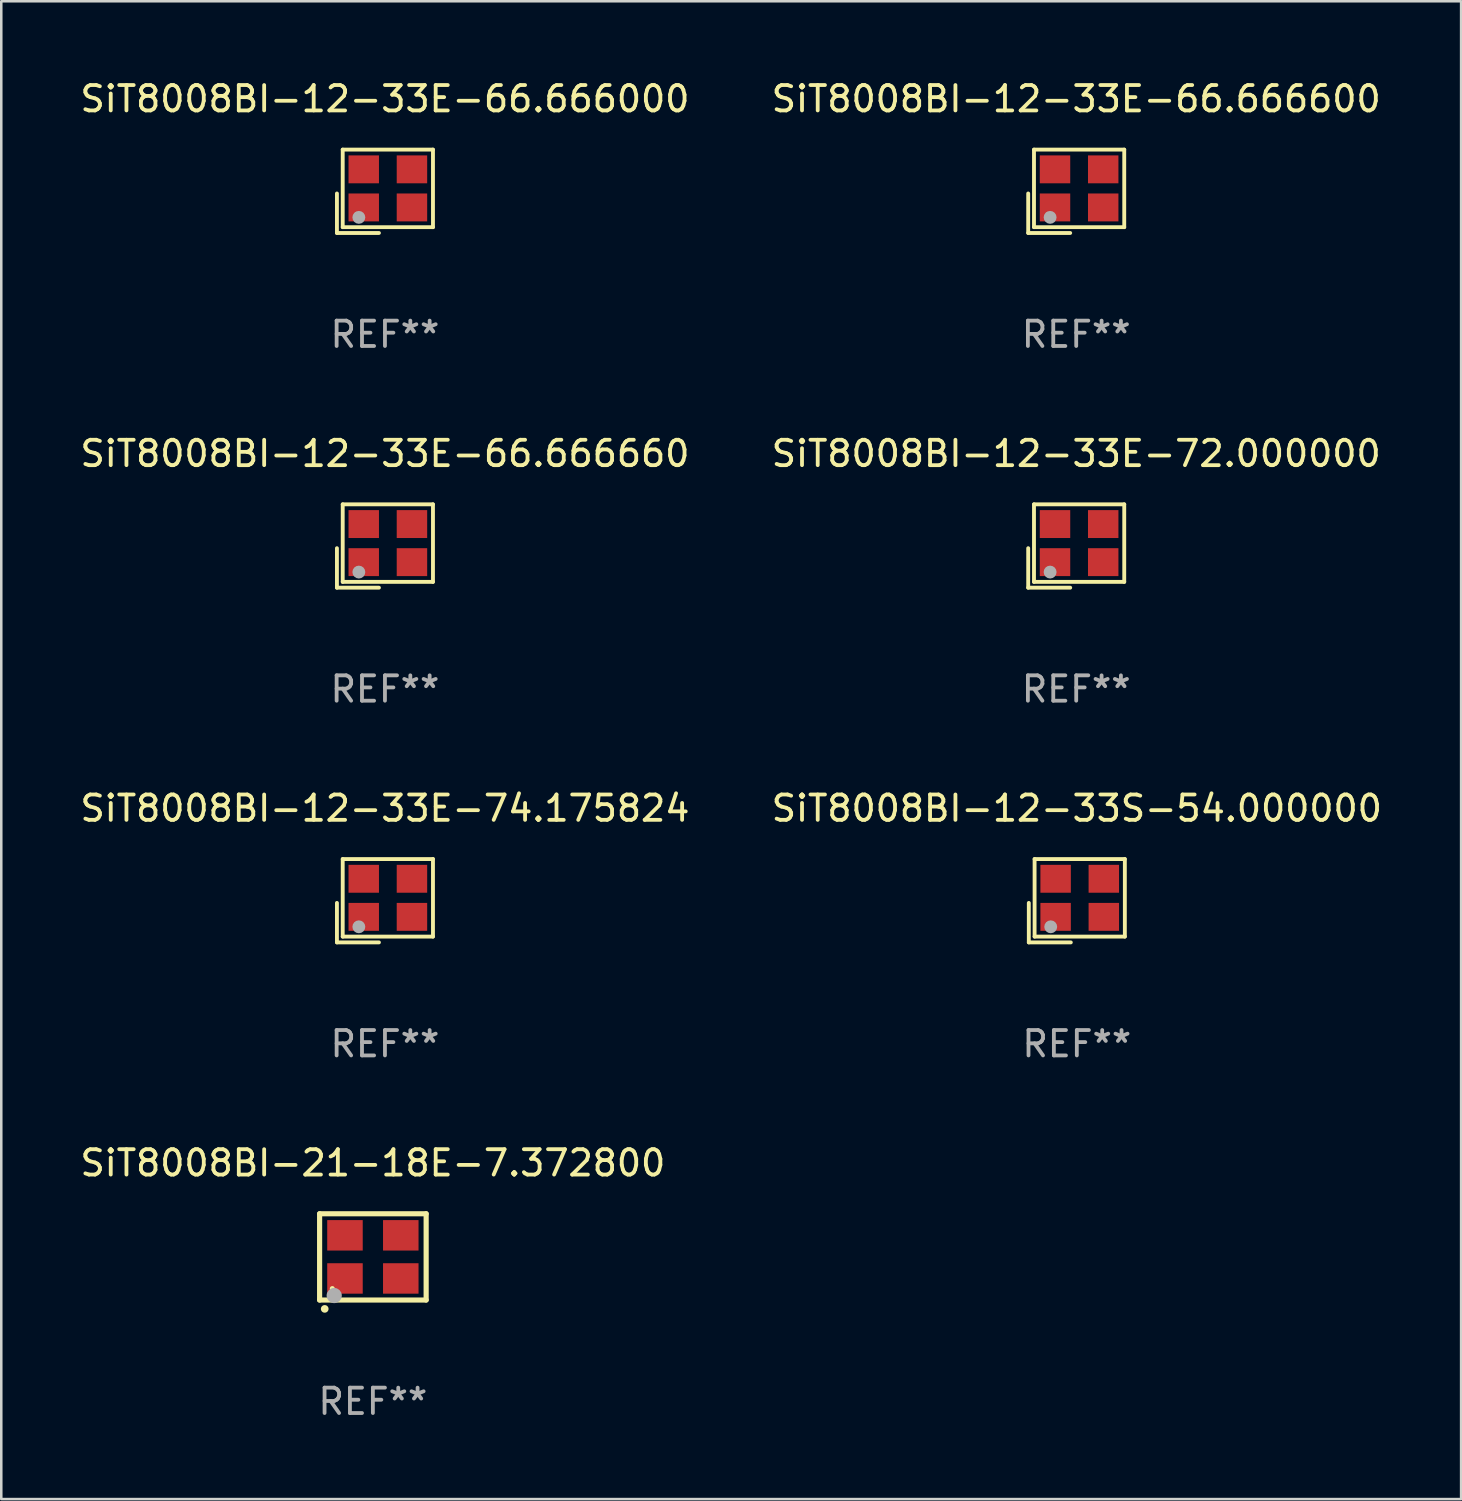
<source format=kicad_pcb>
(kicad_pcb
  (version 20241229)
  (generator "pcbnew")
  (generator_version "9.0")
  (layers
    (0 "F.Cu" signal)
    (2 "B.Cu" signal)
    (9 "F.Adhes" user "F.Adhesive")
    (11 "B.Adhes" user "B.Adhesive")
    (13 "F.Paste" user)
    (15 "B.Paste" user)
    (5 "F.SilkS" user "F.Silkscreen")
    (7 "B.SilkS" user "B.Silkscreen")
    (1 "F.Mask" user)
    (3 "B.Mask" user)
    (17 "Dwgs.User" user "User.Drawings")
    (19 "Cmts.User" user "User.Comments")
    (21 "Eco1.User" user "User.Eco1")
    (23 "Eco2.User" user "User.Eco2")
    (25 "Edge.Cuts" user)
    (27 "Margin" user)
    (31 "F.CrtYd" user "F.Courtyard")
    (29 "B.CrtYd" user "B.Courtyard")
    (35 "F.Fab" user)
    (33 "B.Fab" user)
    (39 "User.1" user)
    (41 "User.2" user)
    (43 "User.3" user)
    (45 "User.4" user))
  (footprint "SiT8008BI-12-33E-74.175824"
    (layer "F.Cu")
    (at 12.125 32.457)
    (property "Reference" "SiT8008BI-12-33E-74.175824" (at 0 -3.643 0) (layer "F.SilkS") (effects (font (size 1 1) (thickness 0.15))))
    (attr through_hole)
    (fp_line (start -1.893 0.086) (end -1.893 1.643) (stroke (width 0.152) (type solid)) (layer "F.SilkS"))
    (fp_line (start -1.893 1.643) (end -0.237 1.643) (stroke (width 0.152) (type solid)) (layer "F.SilkS"))
    (fp_line (start -1.665 -1.643) (end 1.893 -1.643) (stroke (width 0.152) (type solid)) (layer "F.SilkS"))
    (fp_line (start -1.665 1.414) (end -1.665 -1.643) (stroke (width 0.152) (type solid)) (layer "F.SilkS"))
    (fp_line (start 1.893 -1.643) (end 1.893 1.414) (stroke (width 0.152) (type solid)) (layer "F.SilkS"))
    (fp_line (start 1.893 1.414) (end -1.665 1.414) (stroke (width 0.152) (type solid)) (layer "F.SilkS"))
    (fp_circle (center -1.136 0.885) (end -1.106 0.885) (stroke (width 0.06) (type solid)) (fill no) (layer "F.SilkS"))
    (fp_circle (center -1.029 1.028) (end -0.902 1.028) (stroke (width 0.254) (type solid)) (fill no) (layer "F.Fab"))
    (fp_text user "REF**" (at 0 5.643 0) (layer "F.Fab") (effects (font (size 1 1) (thickness 0.15))))
    (pad "1" smd rect (at -0.836 0.636) (size 1.2 1.1) (layers "F.Cu" "F.Mask" "F.Paste"))
    (pad "2" smd rect (at 1.064 0.636) (size 1.2 1.1) (layers "F.Cu" "F.Mask" "F.Paste"))
    (pad "3" smd rect (at 1.064 -0.865) (size 1.2 1.1) (layers "F.Cu" "F.Mask" "F.Paste"))
    (pad "4" smd rect (at -0.836 -0.865) (size 1.2 1.1) (layers "F.Cu" "F.Mask" "F.Paste")))
  (footprint "SiT8008BI-12-33E-72.000000"
    (layer "F.Cu")
    (at 39.375 18.474)
    (property "Reference" "SiT8008BI-12-33E-72.000000" (at 0 -3.643 0) (layer "F.SilkS") (effects (font (size 1 1) (thickness 0.15))))
    (attr through_hole)
    (fp_line (start -1.893 0.086) (end -1.893 1.643) (stroke (width 0.152) (type solid)) (layer "F.SilkS"))
    (fp_line (start -1.893 1.643) (end -0.237 1.643) (stroke (width 0.152) (type solid)) (layer "F.SilkS"))
    (fp_line (start -1.665 -1.643) (end 1.893 -1.643) (stroke (width 0.152) (type solid)) (layer "F.SilkS"))
    (fp_line (start -1.665 1.414) (end -1.665 -1.643) (stroke (width 0.152) (type solid)) (layer "F.SilkS"))
    (fp_line (start 1.893 -1.643) (end 1.893 1.414) (stroke (width 0.152) (type solid)) (layer "F.SilkS"))
    (fp_line (start 1.893 1.414) (end -1.665 1.414) (stroke (width 0.152) (type solid)) (layer "F.SilkS"))
    (fp_circle (center -1.136 0.885) (end -1.106 0.885) (stroke (width 0.06) (type solid)) (fill no) (layer "F.SilkS"))
    (fp_circle (center -1.029 1.028) (end -0.902 1.028) (stroke (width 0.254) (type solid)) (fill no) (layer "F.Fab"))
    (fp_text user "REF**" (at 0 5.643 0) (layer "F.Fab") (effects (font (size 1 1) (thickness 0.15))))
    (pad "1" smd rect (at -0.836 0.636) (size 1.2 1.1) (layers "F.Cu" "F.Mask" "F.Paste"))
    (pad "2" smd rect (at 1.064 0.636) (size 1.2 1.1) (layers "F.Cu" "F.Mask" "F.Paste"))
    (pad "3" smd rect (at 1.064 -0.865) (size 1.2 1.1) (layers "F.Cu" "F.Mask" "F.Paste"))
    (pad "4" smd rect (at -0.836 -0.865) (size 1.2 1.1) (layers "F.Cu" "F.Mask" "F.Paste")))
  (footprint "SiT8008BI-21-18E-7.372800"
    (layer "F.Cu")
    (at 11.649 46.497)
    (property "Reference" "SiT8008BI-21-18E-7.372800" (at 0 -3.7 0) (layer "F.SilkS") (effects (font (size 1 1) (thickness 0.15))))
    (attr through_hole)
    (fp_line (start -2.1 -1.7) (end -2.1 1.7) (stroke (width 0.203) (type solid)) (layer "F.SilkS"))
    (fp_line (start -2.1 1.7) (end 2.1 1.7) (stroke (width 0.203) (type solid)) (layer "F.SilkS"))
    (fp_line (start 2.1 -1.7) (end -2.1 -1.7) (stroke (width 0.203) (type solid)) (layer "F.SilkS"))
    (fp_line (start 2.1 1.7) (end 2.1 -1.7) (stroke (width 0.203) (type solid)) (layer "F.SilkS"))
    (fp_arc (start -1.899924 2.049784) (mid -1.898654 2.049779) (end -1.897384 2.049784) (stroke (width 0.3) (type solid)) (layer "F.SilkS"))
    (fp_circle (center -1.6 1.25) (end -1.55 1.25) (stroke (width 0.1) (type solid)) (fill no) (layer "F.SilkS"))
    (fp_circle (center -1.524 1.524) (end -1.374 1.524) (stroke (width 0.3) (type solid)) (fill no) (layer "F.Fab"))
    (fp_text user "REF**" (at 0 5.7 0) (layer "F.Fab") (effects (font (size 1 1) (thickness 0.15))))
    (pad "1" smd rect (at -1.1 0.85) (size 1.4 1.2) (layers "F.Cu" "F.Mask" "F.Paste"))
    (pad "2" smd rect (at 1.1 0.85) (size 1.4 1.2) (layers "F.Cu" "F.Mask" "F.Paste"))
    (pad "3" smd rect (at 1.1 -0.85) (size 1.4 1.2) (layers "F.Cu" "F.Mask" "F.Paste"))
    (pad "4" smd rect (at -1.1 -0.85) (size 1.4 1.2) (layers "F.Cu" "F.Mask" "F.Paste")))
  (footprint "SiT8008BI-12-33E-66.666000"
    (layer "F.Cu")
    (at 12.125 4.491)
    (property "Reference" "SiT8008BI-12-33E-66.666000" (at 0 -3.643 0) (layer "F.SilkS") (effects (font (size 1 1) (thickness 0.15))))
    (attr through_hole)
    (fp_line (start -1.893 0.086) (end -1.893 1.643) (stroke (width 0.152) (type solid)) (layer "F.SilkS"))
    (fp_line (start -1.893 1.643) (end -0.237 1.643) (stroke (width 0.152) (type solid)) (layer "F.SilkS"))
    (fp_line (start -1.665 -1.643) (end 1.893 -1.643) (stroke (width 0.152) (type solid)) (layer "F.SilkS"))
    (fp_line (start -1.665 1.414) (end -1.665 -1.643) (stroke (width 0.152) (type solid)) (layer "F.SilkS"))
    (fp_line (start 1.893 -1.643) (end 1.893 1.414) (stroke (width 0.152) (type solid)) (layer "F.SilkS"))
    (fp_line (start 1.893 1.414) (end -1.665 1.414) (stroke (width 0.152) (type solid)) (layer "F.SilkS"))
    (fp_circle (center -1.136 0.885) (end -1.106 0.885) (stroke (width 0.06) (type solid)) (fill no) (layer "F.SilkS"))
    (fp_circle (center -1.029 1.028) (end -0.902 1.028) (stroke (width 0.254) (type solid)) (fill no) (layer "F.Fab"))
    (fp_text user "REF**" (at 0 5.643 0) (layer "F.Fab") (effects (font (size 1 1) (thickness 0.15))))
    (pad "1" smd rect (at -0.836 0.636) (size 1.2 1.1) (layers "F.Cu" "F.Mask" "F.Paste"))
    (pad "2" smd rect (at 1.064 0.636) (size 1.2 1.1) (layers "F.Cu" "F.Mask" "F.Paste"))
    (pad "3" smd rect (at 1.064 -0.865) (size 1.2 1.1) (layers "F.Cu" "F.Mask" "F.Paste"))
    (pad "4" smd rect (at -0.836 -0.865) (size 1.2 1.1) (layers "F.Cu" "F.Mask" "F.Paste")))
  (footprint "SiT8008BI-12-33E-66.666600"
    (layer "F.Cu")
    (at 39.375 4.491)
    (property "Reference" "SiT8008BI-12-33E-66.666600" (at 0 -3.643 0) (layer "F.SilkS") (effects (font (size 1 1) (thickness 0.15))))
    (attr through_hole)
    (fp_line (start -1.893 0.086) (end -1.893 1.643) (stroke (width 0.152) (type solid)) (layer "F.SilkS"))
    (fp_line (start -1.893 1.643) (end -0.237 1.643) (stroke (width 0.152) (type solid)) (layer "F.SilkS"))
    (fp_line (start -1.665 -1.643) (end 1.893 -1.643) (stroke (width 0.152) (type solid)) (layer "F.SilkS"))
    (fp_line (start -1.665 1.414) (end -1.665 -1.643) (stroke (width 0.152) (type solid)) (layer "F.SilkS"))
    (fp_line (start 1.893 -1.643) (end 1.893 1.414) (stroke (width 0.152) (type solid)) (layer "F.SilkS"))
    (fp_line (start 1.893 1.414) (end -1.665 1.414) (stroke (width 0.152) (type solid)) (layer "F.SilkS"))
    (fp_circle (center -1.136 0.885) (end -1.106 0.885) (stroke (width 0.06) (type solid)) (fill no) (layer "F.SilkS"))
    (fp_circle (center -1.029 1.028) (end -0.902 1.028) (stroke (width 0.254) (type solid)) (fill no) (layer "F.Fab"))
    (fp_text user "REF**" (at 0 5.643 0) (layer "F.Fab") (effects (font (size 1 1) (thickness 0.15))))
    (pad "1" smd rect (at -0.836 0.636) (size 1.2 1.1) (layers "F.Cu" "F.Mask" "F.Paste"))
    (pad "2" smd rect (at 1.064 0.636) (size 1.2 1.1) (layers "F.Cu" "F.Mask" "F.Paste"))
    (pad "3" smd rect (at 1.064 -0.865) (size 1.2 1.1) (layers "F.Cu" "F.Mask" "F.Paste"))
    (pad "4" smd rect (at -0.836 -0.865) (size 1.2 1.1) (layers "F.Cu" "F.Mask" "F.Paste")))
  (footprint "SiT8008BI-12-33S-54.000000"
    (layer "F.Cu")
    (at 39.399 32.457)
    (property "Reference" "SiT8008BI-12-33S-54.000000" (at 0 -3.643 0) (layer "F.SilkS") (effects (font (size 1 1) (thickness 0.15))))
    (attr through_hole)
    (fp_line (start -1.893 0.086) (end -1.893 1.643) (stroke (width 0.152) (type solid)) (layer "F.SilkS"))
    (fp_line (start -1.893 1.643) (end -0.237 1.643) (stroke (width 0.152) (type solid)) (layer "F.SilkS"))
    (fp_line (start -1.665 -1.643) (end 1.893 -1.643) (stroke (width 0.152) (type solid)) (layer "F.SilkS"))
    (fp_line (start -1.665 1.414) (end -1.665 -1.643) (stroke (width 0.152) (type solid)) (layer "F.SilkS"))
    (fp_line (start 1.893 -1.643) (end 1.893 1.414) (stroke (width 0.152) (type solid)) (layer "F.SilkS"))
    (fp_line (start 1.893 1.414) (end -1.665 1.414) (stroke (width 0.152) (type solid)) (layer "F.SilkS"))
    (fp_circle (center -1.136 0.885) (end -1.106 0.885) (stroke (width 0.06) (type solid)) (fill no) (layer "F.SilkS"))
    (fp_circle (center -1.029 1.028) (end -0.902 1.028) (stroke (width 0.254) (type solid)) (fill no) (layer "F.Fab"))
    (fp_text user "REF**" (at 0 5.643 0) (layer "F.Fab") (effects (font (size 1 1) (thickness 0.15))))
    (pad "1" smd rect (at -0.836 0.636) (size 1.2 1.1) (layers "F.Cu" "F.Mask" "F.Paste"))
    (pad "2" smd rect (at 1.064 0.636) (size 1.2 1.1) (layers "F.Cu" "F.Mask" "F.Paste"))
    (pad "3" smd rect (at 1.064 -0.865) (size 1.2 1.1) (layers "F.Cu" "F.Mask" "F.Paste"))
    (pad "4" smd rect (at -0.836 -0.865) (size 1.2 1.1) (layers "F.Cu" "F.Mask" "F.Paste")))
  (footprint "SiT8008BI-12-33E-66.666660"
    (layer "F.Cu")
    (at 12.125 18.474)
    (property "Reference" "SiT8008BI-12-33E-66.666660" (at 0 -3.643 0) (layer "F.SilkS") (effects (font (size 1 1) (thickness 0.15))))
    (attr through_hole)
    (fp_line (start -1.893 0.086) (end -1.893 1.643) (stroke (width 0.152) (type solid)) (layer "F.SilkS"))
    (fp_line (start -1.893 1.643) (end -0.237 1.643) (stroke (width 0.152) (type solid)) (layer "F.SilkS"))
    (fp_line (start -1.665 -1.643) (end 1.893 -1.643) (stroke (width 0.152) (type solid)) (layer "F.SilkS"))
    (fp_line (start -1.665 1.414) (end -1.665 -1.643) (stroke (width 0.152) (type solid)) (layer "F.SilkS"))
    (fp_line (start 1.893 -1.643) (end 1.893 1.414) (stroke (width 0.152) (type solid)) (layer "F.SilkS"))
    (fp_line (start 1.893 1.414) (end -1.665 1.414) (stroke (width 0.152) (type solid)) (layer "F.SilkS"))
    (fp_circle (center -1.136 0.885) (end -1.106 0.885) (stroke (width 0.06) (type solid)) (fill no) (layer "F.SilkS"))
    (fp_circle (center -1.029 1.028) (end -0.902 1.028) (stroke (width 0.254) (type solid)) (fill no) (layer "F.Fab"))
    (fp_text user "REF**" (at 0 5.643 0) (layer "F.Fab") (effects (font (size 1 1) (thickness 0.15))))
    (pad "1" smd rect (at -0.836 0.636) (size 1.2 1.1) (layers "F.Cu" "F.Mask" "F.Paste"))
    (pad "2" smd rect (at 1.064 0.636) (size 1.2 1.1) (layers "F.Cu" "F.Mask" "F.Paste"))
    (pad "3" smd rect (at 1.064 -0.865) (size 1.2 1.1) (layers "F.Cu" "F.Mask" "F.Paste"))
    (pad "4" smd rect (at -0.836 -0.865) (size 1.2 1.1) (layers "F.Cu" "F.Mask" "F.Paste")))
  (gr_rect
    (start -3 -3)
    (end 54.548 56.045)
    (stroke (width 0.1) (type default))
    (fill no)
    (layer "Edge.Cuts")))
</source>
